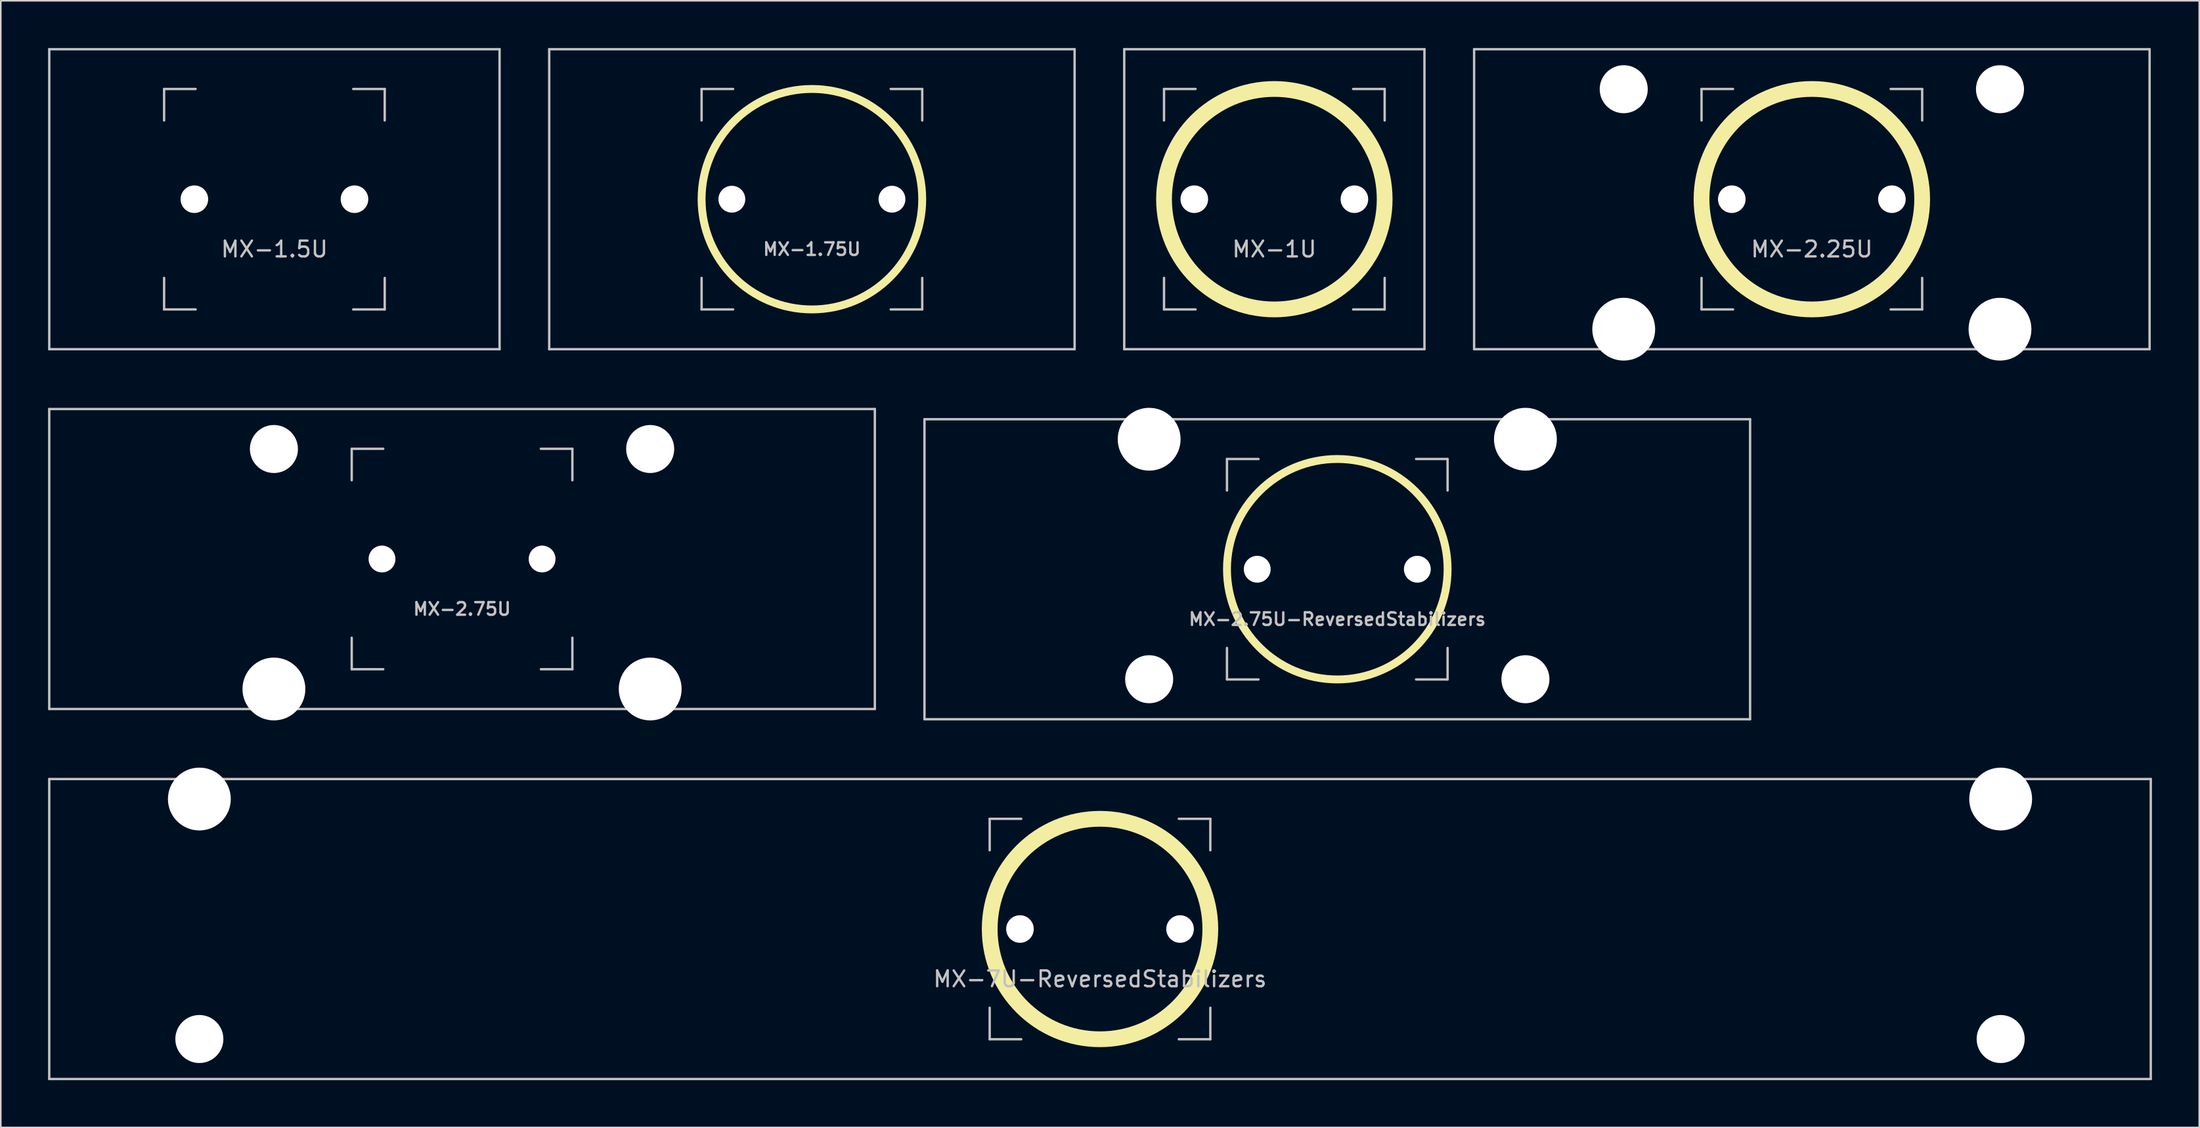
<source format=kicad_pcb>
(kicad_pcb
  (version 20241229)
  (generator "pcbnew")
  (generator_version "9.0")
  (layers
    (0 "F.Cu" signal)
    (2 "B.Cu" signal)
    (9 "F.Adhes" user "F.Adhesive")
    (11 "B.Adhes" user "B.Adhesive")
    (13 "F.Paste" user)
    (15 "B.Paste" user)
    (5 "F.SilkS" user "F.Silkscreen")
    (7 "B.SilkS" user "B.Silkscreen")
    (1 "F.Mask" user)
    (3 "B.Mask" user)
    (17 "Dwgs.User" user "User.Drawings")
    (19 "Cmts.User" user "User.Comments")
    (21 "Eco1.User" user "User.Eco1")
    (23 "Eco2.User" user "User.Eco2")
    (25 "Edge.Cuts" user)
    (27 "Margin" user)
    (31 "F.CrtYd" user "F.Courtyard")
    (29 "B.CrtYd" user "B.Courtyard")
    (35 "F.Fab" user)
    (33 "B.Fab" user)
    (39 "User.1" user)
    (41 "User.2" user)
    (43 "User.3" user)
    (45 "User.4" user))
  (footprint "MX-1U"
    (layer "F.Cu")
    (at 77.812 9.6)
    (property "Reference" "MX-1U" (at 0 3.175 0) (layer "Dwgs.User") (effects (font (size 1 1) (thickness 0.15))))
    (attr through_hole)
    (fp_circle (center 0 0) (end 7 0) (stroke (width 1) (type solid)) (fill no) (layer "F.SilkS"))
    (fp_line (start -9.525 -9.525) (end 9.525 -9.525) (stroke (width 0.15) (type solid)) (layer "Dwgs.User"))
    (fp_line (start -9.525 9.525) (end -9.525 -9.525) (stroke (width 0.15) (type solid)) (layer "Dwgs.User"))
    (fp_line (start -7 -7) (end -7 -5) (stroke (width 0.15) (type solid)) (layer "Dwgs.User"))
    (fp_line (start -7 5) (end -7 7) (stroke (width 0.15) (type solid)) (layer "Dwgs.User"))
    (fp_line (start -7 7) (end -5 7) (stroke (width 0.15) (type solid)) (layer "Dwgs.User"))
    (fp_line (start -5 -7) (end -7 -7) (stroke (width 0.15) (type solid)) (layer "Dwgs.User"))
    (fp_line (start 5 -7) (end 7 -7) (stroke (width 0.15) (type solid)) (layer "Dwgs.User"))
    (fp_line (start 5 7) (end 7 7) (stroke (width 0.15) (type solid)) (layer "Dwgs.User"))
    (fp_line (start 7 -7) (end 7 -5) (stroke (width 0.15) (type solid)) (layer "Dwgs.User"))
    (fp_line (start 7 7) (end 7 5) (stroke (width 0.15) (type solid)) (layer "Dwgs.User"))
    (fp_line (start 9.525 -9.525) (end 9.525 9.525) (stroke (width 0.15) (type solid)) (layer "Dwgs.User"))
    (fp_line (start 9.525 9.525) (end -9.525 9.525) (stroke (width 0.15) (type solid)) (layer "Dwgs.User"))
    (pad "" np_thru_hole circle (at -5.08 0 48.1) (size 1.75 1.75) (drill 1.75) (layers "*.Cu" "*.Mask"))
    (pad "" np_thru_hole circle (at 5.08 0 48.1) (size 1.75 1.75) (drill 1.75) (layers "*.Cu" "*.Mask"))
    (zone (net_name "") (layers "F.Cu" "B.Cu") (hatch edge 0.5) (connect_pads) (min_thickness 0.25) (filled_areas_thickness no) (keepout (tracks allowed) (vias not_allowed) (pads allowed) (copperpour not_allowed) (footprints allowed)) (placement (enabled no)) (fill) (polygon (pts (xy 79.808 9.469) (xy 79.774 9.21) (xy 79.706 8.957) (xy 79.606 8.715) (xy 79.475 8.489) (xy 79.316 8.281) (xy 79.131 8.096) (xy 78.924 7.937) (xy 78.697 7.806) (xy 78.455 7.706) (xy 78.203 7.638) (xy 77.943 7.604) (xy 77.682 7.604) (xy 77.422 7.638) (xy 77.17 7.706) (xy 76.928 7.806) (xy 76.701 7.937) (xy 76.494 8.096) (xy 76.309 8.281) (xy 76.15 8.489) (xy 76.019 8.715) (xy 75.919 8.957) (xy 75.851 9.21) (xy 75.817 9.469) (xy 75.817 9.731) (xy 75.851 9.99) (xy 75.919 10.243) (xy 76.019 10.485) (xy 76.15 10.711) (xy 76.309 10.919) (xy 76.494 11.104) (xy 76.701 11.263) (xy 76.928 11.394) (xy 77.17 11.494) (xy 77.422 11.562) (xy 77.682 11.596) (xy 77.943 11.596) (xy 78.203 11.562) (xy 78.455 11.494) (xy 78.697 11.394) (xy 78.924 11.263) (xy 79.131 11.104) (xy 79.316 10.919) (xy 79.475 10.711) (xy 79.606 10.485) (xy 79.706 10.243) (xy 79.774 9.99) (xy 79.808 9.731)))))
  (footprint "MX-2.75U"
    (layer "F.Cu")
    (at 26.269 32.449)
    (property "Reference" "MX-2.75U" (at 0 3.175 0) (layer "Dwgs.User") (effects (font (size 0.8 0.8) (thickness 0.15))))
    (attr through_hole)
    (fp_line (start -26.194 9.525) (end -26.194 -9.525) (stroke (width 0.15) (type solid)) (layer "Dwgs.User"))
    (fp_line (start -7 -7) (end -7 -5) (stroke (width 0.15) (type solid)) (layer "Dwgs.User"))
    (fp_line (start -7 5) (end -7 7) (stroke (width 0.15) (type solid)) (layer "Dwgs.User"))
    (fp_line (start -7 7) (end -5 7) (stroke (width 0.15) (type solid)) (layer "Dwgs.User"))
    (fp_line (start -5 -7) (end -7 -7) (stroke (width 0.15) (type solid)) (layer "Dwgs.User"))
    (fp_line (start 5 -7) (end 7 -7) (stroke (width 0.15) (type solid)) (layer "Dwgs.User"))
    (fp_line (start 5 7) (end 7 7) (stroke (width 0.15) (type solid)) (layer "Dwgs.User"))
    (fp_line (start 7 -7) (end 7 -5) (stroke (width 0.15) (type solid)) (layer "Dwgs.User"))
    (fp_line (start 7 7) (end 7 5) (stroke (width 0.15) (type solid)) (layer "Dwgs.User"))
    (fp_line (start 26.194 -9.525) (end -26.194 -9.525) (stroke (width 0.15) (type solid)) (layer "Dwgs.User"))
    (fp_line (start 26.194 9.525) (end -26.194 9.525) (stroke (width 0.15) (type solid)) (layer "Dwgs.User"))
    (fp_line (start 26.194 9.525) (end 26.194 -9.525) (stroke (width 0.15) (type solid)) (layer "Dwgs.User"))
    (pad "" np_thru_hole circle (at -11.938 -6.985) (size 3.048 3.048) (drill 3.048) (layers "*.Cu" "*.Mask"))
    (pad "" np_thru_hole circle (at -11.938 8.255) (size 3.988 3.988) (drill 3.988) (layers "*.Cu" "*.Mask"))
    (pad "" np_thru_hole circle (at -5.08 0 48.099) (size 1.702 1.702) (drill 1.702) (layers "*.Cu" "*.Mask"))
    (pad "" np_thru_hole circle (at 5.08 0 48.099) (size 1.702 1.702) (drill 1.702) (layers "*.Cu" "*.Mask"))
    (pad "" np_thru_hole circle (at 11.938 -6.985) (size 3.048 3.048) (drill 3.048) (layers "*.Cu" "*.Mask"))
    (pad "" np_thru_hole circle (at 11.938 8.255) (size 3.988 3.988) (drill 3.988) (layers "*.Cu" "*.Mask")))
  (footprint "MX-1.75U"
    (layer "F.Cu")
    (at 48.469 9.6)
    (property "Reference" "MX-1.75U" (at 0 3.175 0) (layer "Dwgs.User") (effects (font (size 0.8 0.8) (thickness 0.15))))
    (attr through_hole)
    (fp_circle (center 0 0) (end 7 0) (stroke (width 0.5) (type solid)) (fill no) (layer "F.SilkS"))
    (fp_line (start -16.669 9.525) (end -16.669 -9.525) (stroke (width 0.15) (type solid)) (layer "Dwgs.User"))
    (fp_line (start -7 -7) (end -7 -5) (stroke (width 0.15) (type solid)) (layer "Dwgs.User"))
    (fp_line (start -7 5) (end -7 7) (stroke (width 0.15) (type solid)) (layer "Dwgs.User"))
    (fp_line (start -7 7) (end -5 7) (stroke (width 0.15) (type solid)) (layer "Dwgs.User"))
    (fp_line (start -5 -7) (end -7 -7) (stroke (width 0.15) (type solid)) (layer "Dwgs.User"))
    (fp_line (start 5 -7) (end 7 -7) (stroke (width 0.15) (type solid)) (layer "Dwgs.User"))
    (fp_line (start 5 7) (end 7 7) (stroke (width 0.15) (type solid)) (layer "Dwgs.User"))
    (fp_line (start 7 -7) (end 7 -5) (stroke (width 0.15) (type solid)) (layer "Dwgs.User"))
    (fp_line (start 7 7) (end 7 5) (stroke (width 0.15) (type solid)) (layer "Dwgs.User"))
    (fp_line (start 16.669 -9.525) (end -16.669 -9.525) (stroke (width 0.15) (type solid)) (layer "Dwgs.User"))
    (fp_line (start 16.669 9.525) (end -16.669 9.525) (stroke (width 0.15) (type solid)) (layer "Dwgs.User"))
    (fp_line (start 16.669 9.525) (end 16.669 -9.525) (stroke (width 0.15) (type solid)) (layer "Dwgs.User"))
    (pad "" np_thru_hole circle (at -5.08 0 48.099) (size 1.702 1.702) (drill 1.702) (layers "*.Cu" "*.Mask"))
    (pad "" np_thru_hole circle (at 5.08 0 48.099) (size 1.702 1.702) (drill 1.702) (layers "*.Cu" "*.Mask")))
  (footprint "MX-7U-ReversedStabilizers"
    (layer "F.Cu")
    (at 66.75 55.947)
    (property "Reference" "MX-7U-ReversedStabilizers" (at 0 3.175 0) (layer "Dwgs.User") (effects (font (size 1 1) (thickness 0.15))))
    (attr through_hole)
    (fp_circle (center 0 0) (end 7 0) (stroke (width 1) (type solid)) (fill no) (layer "F.SilkS"))
    (fp_line (start -66.675 -9.525) (end 66.675 -9.525) (stroke (width 0.15) (type solid)) (layer "Dwgs.User"))
    (fp_line (start -66.675 9.525) (end -66.675 -9.525) (stroke (width 0.15) (type solid)) (layer "Dwgs.User"))
    (fp_line (start -66.675 9.525) (end 66.675 9.525) (stroke (width 0.15) (type solid)) (layer "Dwgs.User"))
    (fp_line (start -7 -7) (end -7 -5) (stroke (width 0.15) (type solid)) (layer "Dwgs.User"))
    (fp_line (start -7 5) (end -7 7) (stroke (width 0.15) (type solid)) (layer "Dwgs.User"))
    (fp_line (start -7 7) (end -5 7) (stroke (width 0.15) (type solid)) (layer "Dwgs.User"))
    (fp_line (start -5 -7) (end -7 -7) (stroke (width 0.15) (type solid)) (layer "Dwgs.User"))
    (fp_line (start 5 -7) (end 7 -7) (stroke (width 0.15) (type solid)) (layer "Dwgs.User"))
    (fp_line (start 5 7) (end 7 7) (stroke (width 0.15) (type solid)) (layer "Dwgs.User"))
    (fp_line (start 7 -7) (end 7 -5) (stroke (width 0.15) (type solid)) (layer "Dwgs.User"))
    (fp_line (start 7 7) (end 7 5) (stroke (width 0.15) (type solid)) (layer "Dwgs.User"))
    (fp_line (start 66.675 -9.525) (end 66.675 9.525) (stroke (width 0.15) (type solid)) (layer "Dwgs.User"))
    (pad "" np_thru_hole circle (at -57.15 -8.255) (size 3.988 3.988) (drill 3.988) (layers "*.Cu" "*.Mask"))
    (pad "" np_thru_hole circle (at -57.15 6.985) (size 3.048 3.048) (drill 3.048) (layers "*.Cu" "*.Mask"))
    (pad "" np_thru_hole circle (at -5.08 0 48.1) (size 1.75 1.75) (drill 1.75) (layers "*.Cu" "*.Mask"))
    (pad "" np_thru_hole circle (at 5.08 0 48.1) (size 1.75 1.75) (drill 1.75) (layers "*.Cu" "*.Mask"))
    (pad "" np_thru_hole circle (at 57.15 -8.255) (size 3.988 3.988) (drill 3.988) (layers "*.Cu" "*.Mask"))
    (pad "" np_thru_hole circle (at 57.15 6.985) (size 3.048 3.048) (drill 3.048) (layers "*.Cu" "*.Mask")))
  (footprint "MX-2.75U-ReversedStabilizers"
    (layer "F.Cu")
    (at 81.806 33.098)
    (property "Reference" "MX-2.75U-ReversedStabilizers" (at 0 3.175 0) (layer "Dwgs.User") (effects (font (size 0.8 0.8) (thickness 0.15))))
    (attr through_hole)
    (fp_circle (center 0 0) (end 7 0) (stroke (width 0.5) (type solid)) (fill no) (layer "F.SilkS"))
    (fp_line (start -26.194 9.525) (end -26.194 -9.525) (stroke (width 0.15) (type solid)) (layer "Dwgs.User"))
    (fp_line (start -7 -7) (end -7 -5) (stroke (width 0.15) (type solid)) (layer "Dwgs.User"))
    (fp_line (start -7 5) (end -7 7) (stroke (width 0.15) (type solid)) (layer "Dwgs.User"))
    (fp_line (start -7 7) (end -5 7) (stroke (width 0.15) (type solid)) (layer "Dwgs.User"))
    (fp_line (start -5 -7) (end -7 -7) (stroke (width 0.15) (type solid)) (layer "Dwgs.User"))
    (fp_line (start 5 -7) (end 7 -7) (stroke (width 0.15) (type solid)) (layer "Dwgs.User"))
    (fp_line (start 5 7) (end 7 7) (stroke (width 0.15) (type solid)) (layer "Dwgs.User"))
    (fp_line (start 7 -7) (end 7 -5) (stroke (width 0.15) (type solid)) (layer "Dwgs.User"))
    (fp_line (start 7 7) (end 7 5) (stroke (width 0.15) (type solid)) (layer "Dwgs.User"))
    (fp_line (start 26.194 -9.525) (end -26.194 -9.525) (stroke (width 0.15) (type solid)) (layer "Dwgs.User"))
    (fp_line (start 26.194 9.525) (end -26.194 9.525) (stroke (width 0.15) (type solid)) (layer "Dwgs.User"))
    (fp_line (start 26.194 9.525) (end 26.194 -9.525) (stroke (width 0.15) (type solid)) (layer "Dwgs.User"))
    (pad "" np_thru_hole circle (at -11.938 -8.255) (size 3.988 3.988) (drill 3.988) (layers "*.Cu" "*.Mask"))
    (pad "" np_thru_hole circle (at -11.938 6.985) (size 3.048 3.048) (drill 3.048) (layers "*.Cu" "*.Mask"))
    (pad "" np_thru_hole circle (at -5.08 0 228.099) (size 1.702 1.702) (drill 1.702) (layers "*.Cu" "*.Mask"))
    (pad "" np_thru_hole circle (at 5.08 0 228.099) (size 1.702 1.702) (drill 1.702) (layers "*.Cu" "*.Mask"))
    (pad "" np_thru_hole circle (at 11.938 -8.255) (size 3.988 3.988) (drill 3.988) (layers "*.Cu" "*.Mask"))
    (pad "" np_thru_hole circle (at 11.938 6.985) (size 3.048 3.048) (drill 3.048) (layers "*.Cu" "*.Mask")))
  (footprint "MX-2.25U"
    (layer "F.Cu")
    (at 111.919 9.6)
    (property "Reference" "MX-2.25U" (at 0 3.175 0) (layer "Dwgs.User") (effects (font (size 1 1) (thickness 0.15))))
    (attr through_hole)
    (fp_circle (center 0 0) (end 7 0) (stroke (width 1) (type solid)) (fill no) (layer "F.SilkS"))
    (fp_line (start -21.431 -9.525) (end 21.431 -9.525) (stroke (width 0.15) (type solid)) (layer "Dwgs.User"))
    (fp_line (start -21.431 9.525) (end -21.431 -9.525) (stroke (width 0.15) (type solid)) (layer "Dwgs.User"))
    (fp_line (start -21.431 9.525) (end 21.431 9.525) (stroke (width 0.15) (type solid)) (layer "Dwgs.User"))
    (fp_line (start -7 -7) (end -7 -5) (stroke (width 0.15) (type solid)) (layer "Dwgs.User"))
    (fp_line (start -7 5) (end -7 7) (stroke (width 0.15) (type solid)) (layer "Dwgs.User"))
    (fp_line (start -7 7) (end -5 7) (stroke (width 0.15) (type solid)) (layer "Dwgs.User"))
    (fp_line (start -5 -7) (end -7 -7) (stroke (width 0.15) (type solid)) (layer "Dwgs.User"))
    (fp_line (start 5 -7) (end 7 -7) (stroke (width 0.15) (type solid)) (layer "Dwgs.User"))
    (fp_line (start 5 7) (end 7 7) (stroke (width 0.15) (type solid)) (layer "Dwgs.User"))
    (fp_line (start 7 -7) (end 7 -5) (stroke (width 0.15) (type solid)) (layer "Dwgs.User"))
    (fp_line (start 7 7) (end 7 5) (stroke (width 0.15) (type solid)) (layer "Dwgs.User"))
    (fp_line (start 21.431 -9.525) (end 21.431 9.525) (stroke (width 0.15) (type solid)) (layer "Dwgs.User"))
    (pad "" np_thru_hole circle (at -11.938 -6.985) (size 3.048 3.048) (drill 3.048) (layers "*.Cu" "*.Mask"))
    (pad "" np_thru_hole circle (at -11.938 8.255) (size 3.988 3.988) (drill 3.988) (layers "*.Cu" "*.Mask"))
    (pad "" np_thru_hole circle (at -5.08 0 48.1) (size 1.75 1.75) (drill 1.75) (layers "*.Cu" "*.Mask"))
    (pad "" np_thru_hole circle (at 5.08 0 48.1) (size 1.75 1.75) (drill 1.75) (layers "*.Cu" "*.Mask"))
    (pad "" np_thru_hole circle (at 11.938 -6.985) (size 3.048 3.048) (drill 3.048) (layers "*.Cu" "*.Mask"))
    (pad "" np_thru_hole circle (at 11.938 8.255) (size 3.988 3.988) (drill 3.988) (layers "*.Cu" "*.Mask")))
  (footprint "MX-1.5U"
    (layer "F.Cu")
    (at 14.363 9.6)
    (property "Reference" "MX-1.5U" (at 0 3.175 0) (layer "Dwgs.User") (effects (font (size 1 1) (thickness 0.15))))
    (attr through_hole)
    (fp_line (start -14.287 -9.525) (end 14.287 -9.525) (stroke (width 0.15) (type solid)) (layer "Dwgs.User"))
    (fp_line (start -14.287 9.525) (end -14.287 -9.525) (stroke (width 0.15) (type solid)) (layer "Dwgs.User"))
    (fp_line (start -14.287 9.525) (end 14.287 9.525) (stroke (width 0.15) (type solid)) (layer "Dwgs.User"))
    (fp_line (start -7 -7) (end -7 -5) (stroke (width 0.15) (type solid)) (layer "Dwgs.User"))
    (fp_line (start -7 5) (end -7 7) (stroke (width 0.15) (type solid)) (layer "Dwgs.User"))
    (fp_line (start -7 7) (end -5 7) (stroke (width 0.15) (type solid)) (layer "Dwgs.User"))
    (fp_line (start -5 -7) (end -7 -7) (stroke (width 0.15) (type solid)) (layer "Dwgs.User"))
    (fp_line (start 5 -7) (end 7 -7) (stroke (width 0.15) (type solid)) (layer "Dwgs.User"))
    (fp_line (start 5 7) (end 7 7) (stroke (width 0.15) (type solid)) (layer "Dwgs.User"))
    (fp_line (start 7 -7) (end 7 -5) (stroke (width 0.15) (type solid)) (layer "Dwgs.User"))
    (fp_line (start 7 7) (end 7 5) (stroke (width 0.15) (type solid)) (layer "Dwgs.User"))
    (fp_line (start 14.287 -9.525) (end 14.287 9.525) (stroke (width 0.15) (type solid)) (layer "Dwgs.User"))
    (pad "" np_thru_hole circle (at -5.08 0 48.1) (size 1.75 1.75) (drill 1.75) (layers "*.Cu" "*.Mask"))
    (pad "" np_thru_hole circle (at 5.08 0 48.1) (size 1.75 1.75) (drill 1.75) (layers "*.Cu" "*.Mask")))
  (gr_rect
    (start -3 -3)
    (end 136.5 68.547)
    (stroke (width 0.1) (type default))
    (fill no)
    (layer "Edge.Cuts")))
</source>
